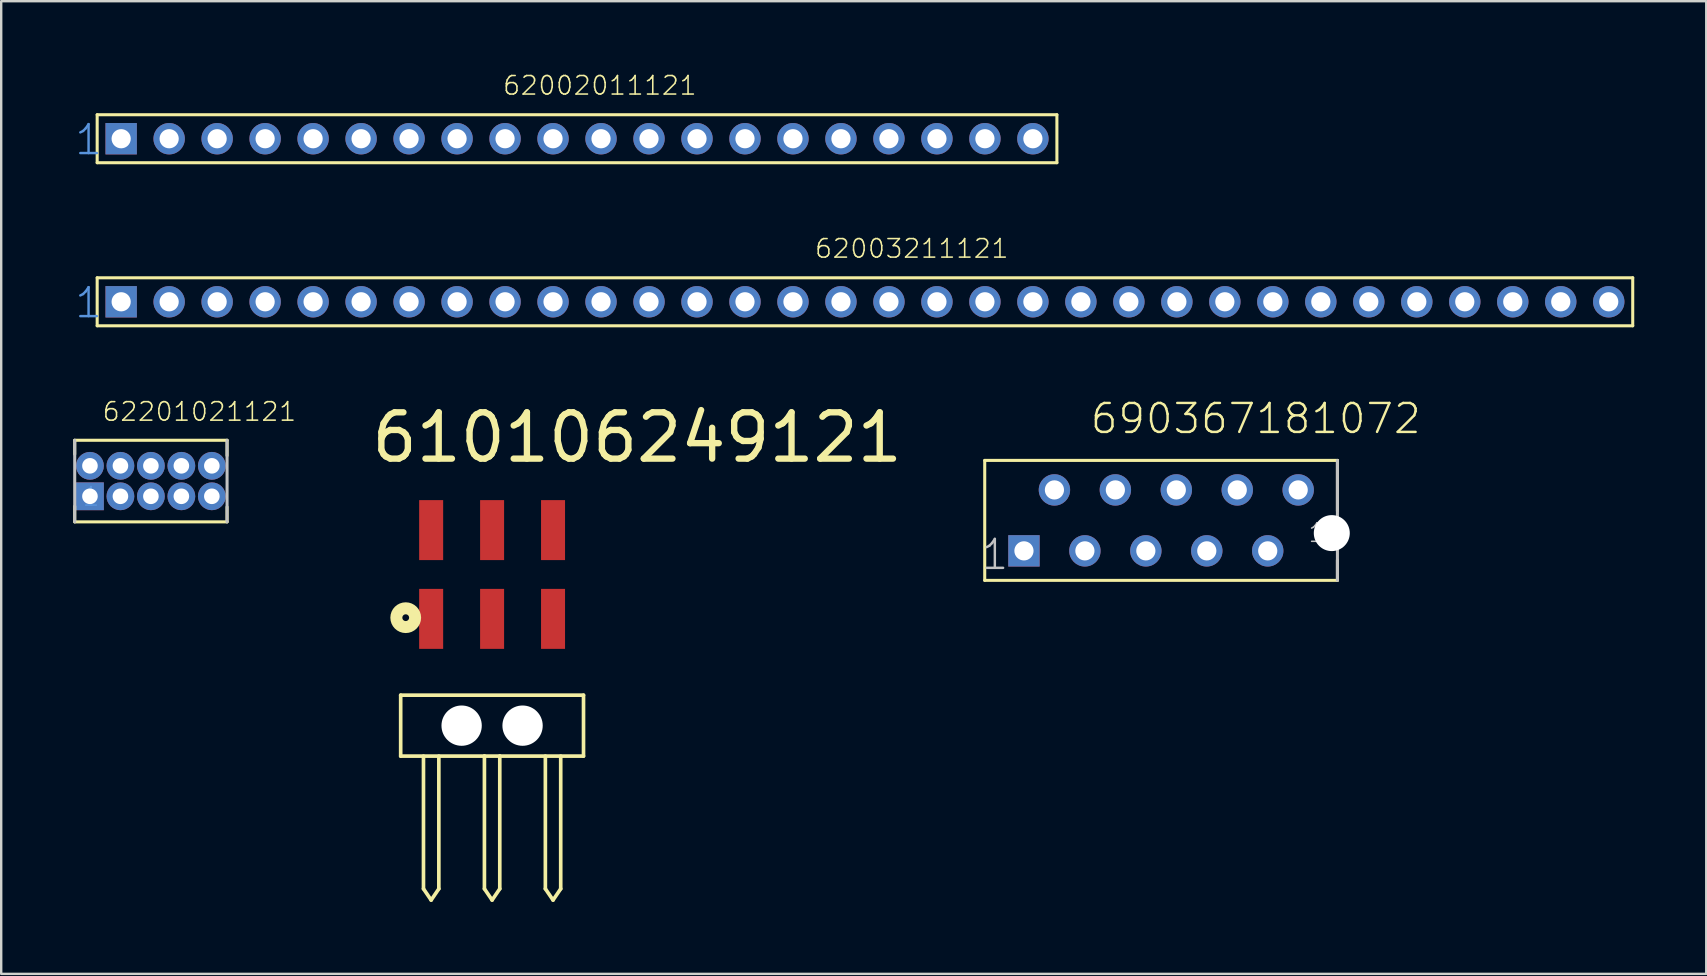
<source format=kicad_pcb>
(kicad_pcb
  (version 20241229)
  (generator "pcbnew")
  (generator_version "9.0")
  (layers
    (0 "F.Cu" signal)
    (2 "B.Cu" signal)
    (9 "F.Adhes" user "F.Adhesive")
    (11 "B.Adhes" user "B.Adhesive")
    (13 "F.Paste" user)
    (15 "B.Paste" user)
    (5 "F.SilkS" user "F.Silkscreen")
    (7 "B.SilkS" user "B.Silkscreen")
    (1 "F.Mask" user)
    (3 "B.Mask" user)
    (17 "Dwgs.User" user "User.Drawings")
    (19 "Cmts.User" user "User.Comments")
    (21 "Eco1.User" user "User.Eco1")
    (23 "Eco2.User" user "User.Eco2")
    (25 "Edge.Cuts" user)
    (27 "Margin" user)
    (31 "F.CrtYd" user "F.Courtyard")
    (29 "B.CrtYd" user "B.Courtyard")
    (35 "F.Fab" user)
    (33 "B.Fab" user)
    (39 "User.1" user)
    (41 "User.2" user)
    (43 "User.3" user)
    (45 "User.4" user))
  (footprint "62002011121"
    (layer "F.Cu")
    (at 20 2.732)
    (property "Reference" "62002011121" (at -2.136 -1.765 0) (layer "F.SilkS") (effects (font (size 0.772 0.772) (thickness 0.065)) (justify left bottom)))
    (attr through_hole)
    (fp_line (start -19 -1) (end -19 1) (stroke (width 0.127) (type solid)) (layer "F.SilkS"))
    (fp_line (start -19 1) (end 21 1) (stroke (width 0.127) (type solid)) (layer "F.SilkS"))
    (fp_line (start 21 -1) (end -19 -1) (stroke (width 0.127) (type solid)) (layer "F.SilkS"))
    (fp_line (start 21 1) (end 21 -1) (stroke (width 0.127) (type solid)) (layer "F.SilkS"))
    (fp_text user "1" (at -20 0.75 0) (layer "Cmts.User") (effects (font (size 1.206 1.206) (thickness 0.102)) (justify left bottom)))
    (pad "1" thru_hole rect (at -18 0) (size 1.308 1.308) (drill 0.8) (layers "*.Cu" "*.Mask"))
    (pad "2" thru_hole circle (at -16 0) (size 1.308 1.308) (drill 0.8) (layers "*.Cu" "*.Mask"))
    (pad "3" thru_hole circle (at -14 0) (size 1.308 1.308) (drill 0.8) (layers "*.Cu" "*.Mask"))
    (pad "4" thru_hole circle (at -12 0) (size 1.308 1.308) (drill 0.8) (layers "*.Cu" "*.Mask"))
    (pad "5" thru_hole circle (at -10 0) (size 1.308 1.308) (drill 0.8) (layers "*.Cu" "*.Mask"))
    (pad "6" thru_hole circle (at -8 0) (size 1.308 1.308) (drill 0.8) (layers "*.Cu" "*.Mask"))
    (pad "7" thru_hole circle (at -6 0) (size 1.308 1.308) (drill 0.8) (layers "*.Cu" "*.Mask"))
    (pad "8" thru_hole circle (at -4 0) (size 1.308 1.308) (drill 0.8) (layers "*.Cu" "*.Mask"))
    (pad "9" thru_hole circle (at -2 0) (size 1.308 1.308) (drill 0.8) (layers "*.Cu" "*.Mask"))
    (pad "10" thru_hole circle (at 0 0) (size 1.308 1.308) (drill 0.8) (layers "*.Cu" "*.Mask"))
    (pad "11" thru_hole circle (at 2 0) (size 1.308 1.308) (drill 0.8) (layers "*.Cu" "*.Mask"))
    (pad "12" thru_hole circle (at 4 0) (size 1.308 1.308) (drill 0.8) (layers "*.Cu" "*.Mask"))
    (pad "13" thru_hole circle (at 6 0) (size 1.308 1.308) (drill 0.8) (layers "*.Cu" "*.Mask"))
    (pad "14" thru_hole circle (at 8 0) (size 1.308 1.308) (drill 0.8) (layers "*.Cu" "*.Mask"))
    (pad "15" thru_hole circle (at 10 0) (size 1.308 1.308) (drill 0.8) (layers "*.Cu" "*.Mask"))
    (pad "16" thru_hole circle (at 12 0) (size 1.308 1.308) (drill 0.8) (layers "*.Cu" "*.Mask"))
    (pad "17" thru_hole circle (at 14 0) (size 1.308 1.308) (drill 0.8) (layers "*.Cu" "*.Mask"))
    (pad "18" thru_hole circle (at 16 0) (size 1.308 1.308) (drill 0.8) (layers "*.Cu" "*.Mask"))
    (pad "19" thru_hole circle (at 18 0) (size 1.308 1.308) (drill 0.8) (layers "*.Cu" "*.Mask"))
    (pad "20" thru_hole circle (at 20 0) (size 1.308 1.308) (drill 0.8) (layers "*.Cu" "*.Mask")))
  (footprint "610106249121"
    (layer "F.Cu")
    (at 17.46 27.194)
    (property "Reference" "610106249121" (at -5.156 -10.88 0) (layer "F.SilkS") (effects (font (size 1.93 1.93) (thickness 0.264)) (justify left bottom)))
    (attr through_hole)
    (fp_line (start -3.81 -1.27) (end -3.81 1.27) (stroke (width 0.152) (type solid)) (layer "F.SilkS"))
    (fp_line (start -2.86 1.27) (end -2.86 6.8) (stroke (width 0.152) (type solid)) (layer "F.SilkS"))
    (fp_line (start -2.54 7.27) (end -2.86 6.8) (stroke (width 0.152) (type solid)) (layer "F.SilkS"))
    (fp_line (start -2.22 1.27) (end -2.22 6.8) (stroke (width 0.152) (type solid)) (layer "F.SilkS"))
    (fp_line (start -2.22 6.8) (end -2.54 7.27) (stroke (width 0.152) (type solid)) (layer "F.SilkS"))
    (fp_line (start -0.32 1.27) (end -3.81 1.27) (stroke (width 0.152) (type solid)) (layer "F.SilkS"))
    (fp_line (start -0.32 1.27) (end -0.32 6.8) (stroke (width 0.152) (type solid)) (layer "F.SilkS"))
    (fp_line (start 0 7.27) (end -0.32 6.8) (stroke (width 0.152) (type solid)) (layer "F.SilkS"))
    (fp_line (start 0.32 1.27) (end -0.32 1.27) (stroke (width 0.152) (type solid)) (layer "F.SilkS"))
    (fp_line (start 0.32 1.27) (end 0.32 6.8) (stroke (width 0.152) (type solid)) (layer "F.SilkS"))
    (fp_line (start 0.32 6.8) (end 0 7.27) (stroke (width 0.152) (type solid)) (layer "F.SilkS"))
    (fp_line (start 2.22 1.27) (end 2.22 6.8) (stroke (width 0.152) (type solid)) (layer "F.SilkS"))
    (fp_line (start 2.54 7.27) (end 2.22 6.8) (stroke (width 0.152) (type solid)) (layer "F.SilkS"))
    (fp_line (start 2.86 1.27) (end 2.86 6.8) (stroke (width 0.152) (type solid)) (layer "F.SilkS"))
    (fp_line (start 2.86 6.8) (end 2.54 7.27) (stroke (width 0.152) (type solid)) (layer "F.SilkS"))
    (fp_line (start 3.81 -1.27) (end -3.81 -1.27) (stroke (width 0.152) (type solid)) (layer "F.SilkS"))
    (fp_line (start 3.81 -1.27) (end 3.81 1.27) (stroke (width 0.152) (type solid)) (layer "F.SilkS"))
    (fp_line (start 3.81 1.27) (end 0.32 1.27) (stroke (width 0.152) (type solid)) (layer "F.SilkS"))
    (fp_circle (center -3.6 -4.5) (end -3.459 -4.5) (stroke (width 0.5) (type solid)) (fill no) (layer "F.SilkS"))
    (pad "" np_thru_hole circle (at -1.27 0) (size 1.68 1.68) (drill 1.68) (layers "*.Cu"))
    (pad "" np_thru_hole circle (at 1.27 0) (size 1.68 1.68) (drill 1.68) (layers "*.Cu"))
    (pad "1" smd rect (at -2.54 -4.45) (size 1 2.5) (layers "F.Cu" "F.Mask" "F.Paste"))
    (pad "2" smd rect (at 0 -4.45) (size 1 2.5) (layers "F.Cu" "F.Mask" "F.Paste"))
    (pad "3" smd rect (at 2.54 -4.45) (size 1 2.5) (layers "F.Cu" "F.Mask" "F.Paste"))
    (pad "4" smd rect (at 2.54 -8.15) (size 1 2.5) (layers "F.Cu" "F.Mask" "F.Paste"))
    (pad "5" smd rect (at 0 -8.15) (size 1 2.5) (layers "F.Cu" "F.Mask" "F.Paste"))
    (pad "6" smd rect (at -2.54 -8.15 180) (size 1 2.5) (layers "F.Cu" "F.Mask" "F.Paste")))
  (footprint "690367181072"
    (layer "F.Cu")
    (at 45.342 18.639)
    (property "Reference" "690367181072" (at -3.012 -3.536 0) (layer "F.SilkS") (effects (font (size 1.206 1.206) (thickness 0.102)) (justify left bottom)))
    (attr through_hole)
    (fp_line (start -7.35 -2.5) (end -7.35 2.5) (stroke (width 0.127) (type solid)) (layer "F.SilkS"))
    (fp_line (start -7.35 2.5) (end 7.35 2.5) (stroke (width 0.127) (type solid)) (layer "F.SilkS"))
    (fp_line (start 7.35 -2.5) (end -7.35 -2.5) (stroke (width 0.127) (type solid)) (layer "F.SilkS"))
    (fp_line (start 7.35 -0.39) (end 7.35 -2.5) (stroke (width 0.127) (type solid)) (layer "F.SilkS"))
    (fp_line (start 7.35 1.65) (end 7.35 2.5) (stroke (width 0.127) (type solid)) (layer "F.SilkS"))
    (fp_line (start 7.35 2.5) (end 7.35 -2.5) (stroke (width 0.127) (type solid)) (layer "Dwgs.User"))
    (fp_text user "10" (at 6.085 0.97 0) (layer "Dwgs.User") (effects (font (size 0.772 0.772) (thickness 0.065)) (justify left bottom)))
    (fp_text user "1" (at -7.57 2.13 0) (layer "Dwgs.User") (effects (font (size 1.206 1.206) (thickness 0.102)) (justify left bottom)))
    (pad "" np_thru_hole circle (at 7.115 0.53) (size 1.5 1.5) (drill 1.5) (layers "*.Cu"))
    (pad "1" thru_hole rect (at -5.715 1.27 180) (size 1.308 1.308) (drill 0.8) (layers "*.Cu" "*.Mask"))
    (pad "2" thru_hole circle (at -4.445 -1.27 180) (size 1.308 1.308) (drill 0.8) (layers "*.Cu" "*.Mask"))
    (pad "3" thru_hole circle (at -3.175 1.27 180) (size 1.308 1.308) (drill 0.8) (layers "*.Cu" "*.Mask"))
    (pad "4" thru_hole circle (at -1.905 -1.27 180) (size 1.308 1.308) (drill 0.8) (layers "*.Cu" "*.Mask"))
    (pad "5" thru_hole circle (at -0.635 1.27 180) (size 1.308 1.308) (drill 0.8) (layers "*.Cu" "*.Mask"))
    (pad "6" thru_hole circle (at 0.635 -1.27 180) (size 1.308 1.308) (drill 0.8) (layers "*.Cu" "*.Mask"))
    (pad "7" thru_hole circle (at 1.905 1.27 180) (size 1.308 1.308) (drill 0.8) (layers "*.Cu" "*.Mask"))
    (pad "8" thru_hole circle (at 3.175 -1.27 180) (size 1.308 1.308) (drill 0.8) (layers "*.Cu" "*.Mask"))
    (pad "9" thru_hole circle (at 4.445 1.27 180) (size 1.308 1.308) (drill 0.8) (layers "*.Cu" "*.Mask"))
    (pad "10" thru_hole circle (at 5.715 -1.27 180) (size 1.308 1.308) (drill 0.8) (layers "*.Cu" "*.Mask")))
  (footprint "62201021121"
    (layer "F.Cu")
    (at 3.239 17)
    (property "Reference" "62201021121" (at -2.064 -2.441 0) (layer "F.SilkS") (effects (font (size 0.772 0.772) (thickness 0.065)) (justify left bottom)))
    (attr through_hole)
    (fp_line (start -3.175 -1.12) (end -3.175 -1.7) (stroke (width 0.127) (type solid)) (layer "F.SilkS"))
    (fp_line (start -3.175 1.05) (end -3.175 1.7) (stroke (width 0.127) (type solid)) (layer "F.SilkS"))
    (fp_line (start -3.175 1.7) (end 3.175 1.7) (stroke (width 0.127) (type solid)) (layer "F.SilkS"))
    (fp_line (start 3.175 -1.7) (end -3.175 -1.7) (stroke (width 0.127) (type solid)) (layer "F.SilkS"))
    (fp_line (start 3.175 -1.06) (end 3.175 -1.7) (stroke (width 0.127) (type solid)) (layer "F.SilkS"))
    (fp_line (start 3.175 1.08) (end 3.175 1.7) (stroke (width 0.127) (type solid)) (layer "F.SilkS"))
    (fp_line (start -3.175 -1.7) (end -3.175 1.7) (stroke (width 0.127) (type solid)) (layer "Dwgs.User"))
    (fp_line (start 3.175 1.7) (end 3.175 -1.7) (stroke (width 0.127) (type solid)) (layer "Dwgs.User"))
    (fp_text user "1" (at -2.905 1.1 0) (layer "Cmts.User") (effects (font (size 0.772 0.772) (thickness 0.065)) (justify left bottom)))
    (pad "1" thru_hole circle (at -2.54 -0.635) (size 1.158 1.158) (drill 0.65) (layers "*.Cu" "*.Mask"))
    (pad "2" thru_hole circle (at -1.27 -0.635) (size 1.158 1.158) (drill 0.65) (layers "*.Cu" "*.Mask"))
    (pad "3" thru_hole circle (at 0 -0.635) (size 1.158 1.158) (drill 0.65) (layers "*.Cu" "*.Mask"))
    (pad "4" thru_hole circle (at 1.27 -0.635) (size 1.158 1.158) (drill 0.65) (layers "*.Cu" "*.Mask"))
    (pad "5" thru_hole circle (at 2.54 -0.635) (size 1.158 1.158) (drill 0.65) (layers "*.Cu" "*.Mask"))
    (pad "6" thru_hole circle (at 2.54 0.635) (size 1.158 1.158) (drill 0.65) (layers "*.Cu" "*.Mask"))
    (pad "7" thru_hole circle (at 1.27 0.635) (size 1.158 1.158) (drill 0.65) (layers "*.Cu" "*.Mask"))
    (pad "8" thru_hole circle (at 0 0.635) (size 1.158 1.158) (drill 0.65) (layers "*.Cu" "*.Mask"))
    (pad "9" thru_hole circle (at -1.27 0.635) (size 1.158 1.158) (drill 0.65) (layers "*.Cu" "*.Mask"))
    (pad "10" thru_hole rect (at -2.54 0.635) (size 1.158 1.158) (drill 0.65) (layers "*.Cu" "*.Mask")))
  (footprint "62003211121"
    (layer "F.Cu")
    (at 33 9.528)
    (property "Reference" "62003211121" (at -2.136 -1.765 0) (layer "F.SilkS") (effects (font (size 0.772 0.772) (thickness 0.065)) (justify left bottom)))
    (attr through_hole)
    (fp_line (start -32 -1) (end -32 1) (stroke (width 0.127) (type solid)) (layer "F.SilkS"))
    (fp_line (start -32 1) (end 32 1) (stroke (width 0.127) (type solid)) (layer "F.SilkS"))
    (fp_line (start 32 -1) (end -32 -1) (stroke (width 0.127) (type solid)) (layer "F.SilkS"))
    (fp_line (start 32 1) (end 32 -1) (stroke (width 0.127) (type solid)) (layer "F.SilkS"))
    (fp_text user "1" (at -33 0.75 0) (layer "Cmts.User") (effects (font (size 1.206 1.206) (thickness 0.102)) (justify left bottom)))
    (pad "1" thru_hole rect (at -31 0) (size 1.308 1.308) (drill 0.8) (layers "*.Cu" "*.Mask"))
    (pad "2" thru_hole circle (at -29 0) (size 1.308 1.308) (drill 0.8) (layers "*.Cu" "*.Mask"))
    (pad "3" thru_hole circle (at -27 0) (size 1.308 1.308) (drill 0.8) (layers "*.Cu" "*.Mask"))
    (pad "4" thru_hole circle (at -25 0) (size 1.308 1.308) (drill 0.8) (layers "*.Cu" "*.Mask"))
    (pad "5" thru_hole circle (at -23 0) (size 1.308 1.308) (drill 0.8) (layers "*.Cu" "*.Mask"))
    (pad "6" thru_hole circle (at -21 0) (size 1.308 1.308) (drill 0.8) (layers "*.Cu" "*.Mask"))
    (pad "7" thru_hole circle (at -19 0) (size 1.308 1.308) (drill 0.8) (layers "*.Cu" "*.Mask"))
    (pad "8" thru_hole circle (at -17 0) (size 1.308 1.308) (drill 0.8) (layers "*.Cu" "*.Mask"))
    (pad "9" thru_hole circle (at -15 0) (size 1.308 1.308) (drill 0.8) (layers "*.Cu" "*.Mask"))
    (pad "10" thru_hole circle (at -13 0) (size 1.308 1.308) (drill 0.8) (layers "*.Cu" "*.Mask"))
    (pad "11" thru_hole circle (at -11 0) (size 1.308 1.308) (drill 0.8) (layers "*.Cu" "*.Mask"))
    (pad "12" thru_hole circle (at -9 0) (size 1.308 1.308) (drill 0.8) (layers "*.Cu" "*.Mask"))
    (pad "13" thru_hole circle (at -7 0) (size 1.308 1.308) (drill 0.8) (layers "*.Cu" "*.Mask"))
    (pad "14" thru_hole circle (at -5 0) (size 1.308 1.308) (drill 0.8) (layers "*.Cu" "*.Mask"))
    (pad "15" thru_hole circle (at -3 0) (size 1.308 1.308) (drill 0.8) (layers "*.Cu" "*.Mask"))
    (pad "16" thru_hole circle (at -1 0) (size 1.308 1.308) (drill 0.8) (layers "*.Cu" "*.Mask"))
    (pad "17" thru_hole circle (at 1 0) (size 1.308 1.308) (drill 0.8) (layers "*.Cu" "*.Mask"))
    (pad "18" thru_hole circle (at 3 0) (size 1.308 1.308) (drill 0.8) (layers "*.Cu" "*.Mask"))
    (pad "19" thru_hole circle (at 5 0) (size 1.308 1.308) (drill 0.8) (layers "*.Cu" "*.Mask"))
    (pad "20" thru_hole circle (at 7 0) (size 1.308 1.308) (drill 0.8) (layers "*.Cu" "*.Mask"))
    (pad "21" thru_hole circle (at 9 0) (size 1.308 1.308) (drill 0.8) (layers "*.Cu" "*.Mask"))
    (pad "22" thru_hole circle (at 11 0) (size 1.308 1.308) (drill 0.8) (layers "*.Cu" "*.Mask"))
    (pad "23" thru_hole circle (at 13 0) (size 1.308 1.308) (drill 0.8) (layers "*.Cu" "*.Mask"))
    (pad "24" thru_hole circle (at 15 0) (size 1.308 1.308) (drill 0.8) (layers "*.Cu" "*.Mask"))
    (pad "25" thru_hole circle (at 17 0) (size 1.308 1.308) (drill 0.8) (layers "*.Cu" "*.Mask"))
    (pad "26" thru_hole circle (at 19 0) (size 1.308 1.308) (drill 0.8) (layers "*.Cu" "*.Mask"))
    (pad "27" thru_hole circle (at 21 0) (size 1.308 1.308) (drill 0.8) (layers "*.Cu" "*.Mask"))
    (pad "28" thru_hole circle (at 23 0) (size 1.308 1.308) (drill 0.8) (layers "*.Cu" "*.Mask"))
    (pad "29" thru_hole circle (at 25 0) (size 1.308 1.308) (drill 0.8) (layers "*.Cu" "*.Mask"))
    (pad "30" thru_hole circle (at 27 0) (size 1.308 1.308) (drill 0.8) (layers "*.Cu" "*.Mask"))
    (pad "31" thru_hole circle (at 29 0) (size 1.308 1.308) (drill 0.8) (layers "*.Cu" "*.Mask"))
    (pad "32" thru_hole circle (at 31 0) (size 1.308 1.308) (drill 0.8) (layers "*.Cu" "*.Mask")))
  (gr_rect
    (start -3 -3)
    (end 68.064 37.54)
    (stroke (width 0.1) (type default))
    (fill no)
    (layer "Edge.Cuts")))
</source>
